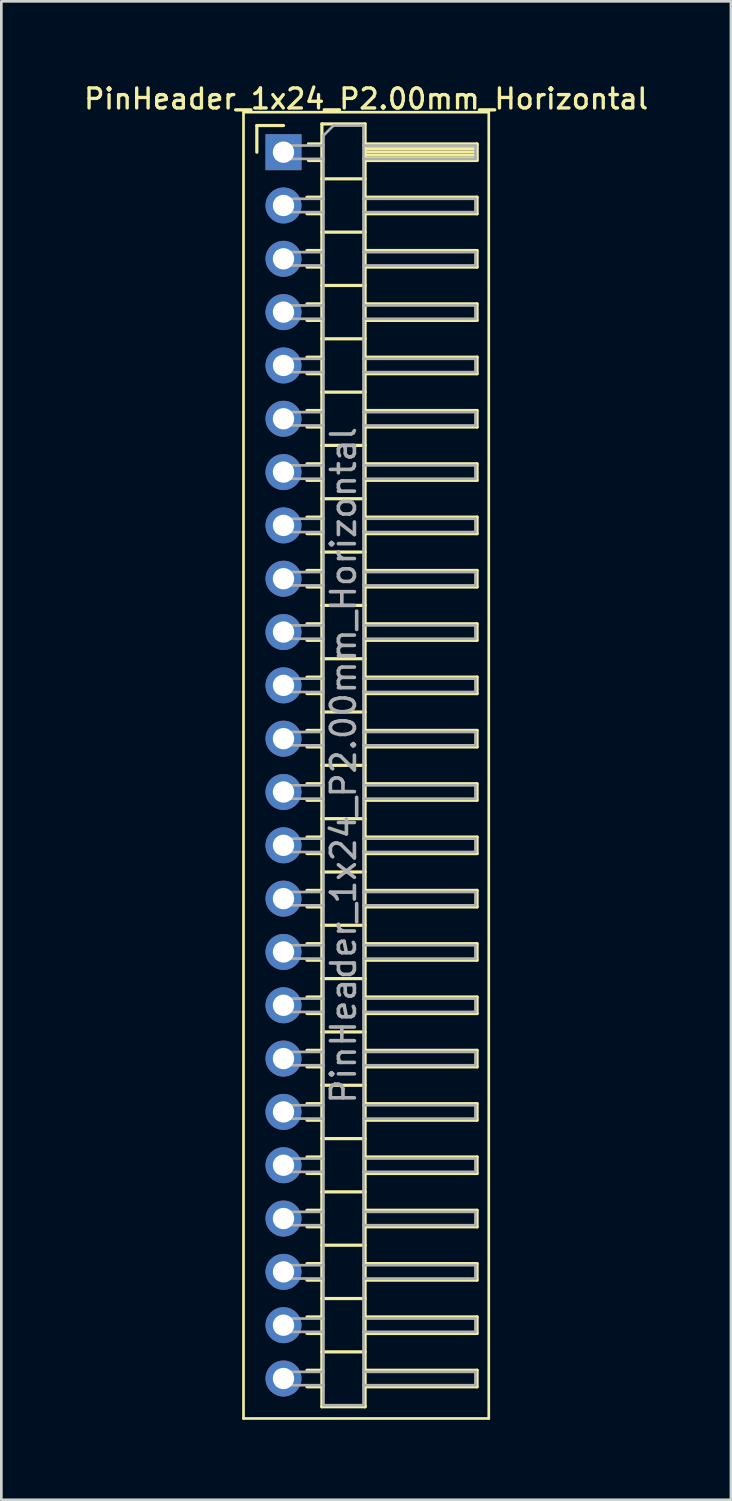
<source format=kicad_pcb>
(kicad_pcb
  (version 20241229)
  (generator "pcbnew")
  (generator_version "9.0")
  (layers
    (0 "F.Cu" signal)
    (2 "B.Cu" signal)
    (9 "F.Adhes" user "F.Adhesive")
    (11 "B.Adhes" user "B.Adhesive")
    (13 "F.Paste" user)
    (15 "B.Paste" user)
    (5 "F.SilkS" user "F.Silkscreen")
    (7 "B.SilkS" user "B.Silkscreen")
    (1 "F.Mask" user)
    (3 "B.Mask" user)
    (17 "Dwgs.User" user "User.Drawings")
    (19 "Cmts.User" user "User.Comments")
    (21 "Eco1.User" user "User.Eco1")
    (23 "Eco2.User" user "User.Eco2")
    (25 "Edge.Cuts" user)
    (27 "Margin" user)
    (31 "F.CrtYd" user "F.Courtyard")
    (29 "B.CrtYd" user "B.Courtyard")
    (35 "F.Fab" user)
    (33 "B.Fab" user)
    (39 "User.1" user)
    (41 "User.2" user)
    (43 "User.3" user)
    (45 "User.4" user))
  (footprint "PinHeader_1x24_P2.00mm_Horizontal"
    (layer "F.Cu")
    (at 7.584 2.658)
    (property "Reference" "PinHeader_1x24_P2.00mm_Horizontal" (at 3.1 -2 0) (layer "F.SilkS") (effects (font (size 0.75 0.75) (thickness 0.125))))
    (attr through_hole)
    (fp_line (start -1.5 -1.5) (end -1.5 47.5) (stroke (width 0.1) (type solid)) (layer "F.SilkS"))
    (fp_line (start -1.5 47.5) (end 7.7 47.5) (stroke (width 0.1) (type solid)) (layer "F.SilkS"))
    (fp_line (start -1 -1) (end 0 -1) (stroke (width 0.12) (type solid)) (layer "F.SilkS"))
    (fp_line (start -1 0) (end -1 -1) (stroke (width 0.12) (type solid)) (layer "F.SilkS"))
    (fp_line (start 0.882 1.69) (end 1.44 1.69) (stroke (width 0.12) (type solid)) (layer "F.SilkS"))
    (fp_line (start 0.882 2.31) (end 1.44 2.31) (stroke (width 0.12) (type solid)) (layer "F.SilkS"))
    (fp_line (start 0.882 3.69) (end 1.44 3.69) (stroke (width 0.12) (type solid)) (layer "F.SilkS"))
    (fp_line (start 0.882 4.31) (end 1.44 4.31) (stroke (width 0.12) (type solid)) (layer "F.SilkS"))
    (fp_line (start 0.882 5.69) (end 1.44 5.69) (stroke (width 0.12) (type solid)) (layer "F.SilkS"))
    (fp_line (start 0.882 6.31) (end 1.44 6.31) (stroke (width 0.12) (type solid)) (layer "F.SilkS"))
    (fp_line (start 0.882 7.69) (end 1.44 7.69) (stroke (width 0.12) (type solid)) (layer "F.SilkS"))
    (fp_line (start 0.882 8.31) (end 1.44 8.31) (stroke (width 0.12) (type solid)) (layer "F.SilkS"))
    (fp_line (start 0.882 9.69) (end 1.44 9.69) (stroke (width 0.12) (type solid)) (layer "F.SilkS"))
    (fp_line (start 0.882 10.31) (end 1.44 10.31) (stroke (width 0.12) (type solid)) (layer "F.SilkS"))
    (fp_line (start 0.882 11.69) (end 1.44 11.69) (stroke (width 0.12) (type solid)) (layer "F.SilkS"))
    (fp_line (start 0.882 12.31) (end 1.44 12.31) (stroke (width 0.12) (type solid)) (layer "F.SilkS"))
    (fp_line (start 0.882 13.69) (end 1.44 13.69) (stroke (width 0.12) (type solid)) (layer "F.SilkS"))
    (fp_line (start 0.882 14.31) (end 1.44 14.31) (stroke (width 0.12) (type solid)) (layer "F.SilkS"))
    (fp_line (start 0.882 15.69) (end 1.44 15.69) (stroke (width 0.12) (type solid)) (layer "F.SilkS"))
    (fp_line (start 0.882 16.31) (end 1.44 16.31) (stroke (width 0.12) (type solid)) (layer "F.SilkS"))
    (fp_line (start 0.882 17.69) (end 1.44 17.69) (stroke (width 0.12) (type solid)) (layer "F.SilkS"))
    (fp_line (start 0.882 18.31) (end 1.44 18.31) (stroke (width 0.12) (type solid)) (layer "F.SilkS"))
    (fp_line (start 0.882 19.69) (end 1.44 19.69) (stroke (width 0.12) (type solid)) (layer "F.SilkS"))
    (fp_line (start 0.882 20.31) (end 1.44 20.31) (stroke (width 0.12) (type solid)) (layer "F.SilkS"))
    (fp_line (start 0.882 21.69) (end 1.44 21.69) (stroke (width 0.12) (type solid)) (layer "F.SilkS"))
    (fp_line (start 0.882 22.31) (end 1.44 22.31) (stroke (width 0.12) (type solid)) (layer "F.SilkS"))
    (fp_line (start 0.882 23.69) (end 1.44 23.69) (stroke (width 0.12) (type solid)) (layer "F.SilkS"))
    (fp_line (start 0.882 24.31) (end 1.44 24.31) (stroke (width 0.12) (type solid)) (layer "F.SilkS"))
    (fp_line (start 0.882 25.69) (end 1.44 25.69) (stroke (width 0.12) (type solid)) (layer "F.SilkS"))
    (fp_line (start 0.882 26.31) (end 1.44 26.31) (stroke (width 0.12) (type solid)) (layer "F.SilkS"))
    (fp_line (start 0.882 27.69) (end 1.44 27.69) (stroke (width 0.12) (type solid)) (layer "F.SilkS"))
    (fp_line (start 0.882 28.31) (end 1.44 28.31) (stroke (width 0.12) (type solid)) (layer "F.SilkS"))
    (fp_line (start 0.882 29.69) (end 1.44 29.69) (stroke (width 0.12) (type solid)) (layer "F.SilkS"))
    (fp_line (start 0.882 30.31) (end 1.44 30.31) (stroke (width 0.12) (type solid)) (layer "F.SilkS"))
    (fp_line (start 0.882 31.69) (end 1.44 31.69) (stroke (width 0.12) (type solid)) (layer "F.SilkS"))
    (fp_line (start 0.882 32.31) (end 1.44 32.31) (stroke (width 0.12) (type solid)) (layer "F.SilkS"))
    (fp_line (start 0.882 33.69) (end 1.44 33.69) (stroke (width 0.12) (type solid)) (layer "F.SilkS"))
    (fp_line (start 0.882 34.31) (end 1.44 34.31) (stroke (width 0.12) (type solid)) (layer "F.SilkS"))
    (fp_line (start 0.882 35.69) (end 1.44 35.69) (stroke (width 0.12) (type solid)) (layer "F.SilkS"))
    (fp_line (start 0.882 36.31) (end 1.44 36.31) (stroke (width 0.12) (type solid)) (layer "F.SilkS"))
    (fp_line (start 0.882 37.69) (end 1.44 37.69) (stroke (width 0.12) (type solid)) (layer "F.SilkS"))
    (fp_line (start 0.882 38.31) (end 1.44 38.31) (stroke (width 0.12) (type solid)) (layer "F.SilkS"))
    (fp_line (start 0.882 39.69) (end 1.44 39.69) (stroke (width 0.12) (type solid)) (layer "F.SilkS"))
    (fp_line (start 0.882 40.31) (end 1.44 40.31) (stroke (width 0.12) (type solid)) (layer "F.SilkS"))
    (fp_line (start 0.882 41.69) (end 1.44 41.69) (stroke (width 0.12) (type solid)) (layer "F.SilkS"))
    (fp_line (start 0.882 42.31) (end 1.44 42.31) (stroke (width 0.12) (type solid)) (layer "F.SilkS"))
    (fp_line (start 0.882 43.69) (end 1.44 43.69) (stroke (width 0.12) (type solid)) (layer "F.SilkS"))
    (fp_line (start 0.882 44.31) (end 1.44 44.31) (stroke (width 0.12) (type solid)) (layer "F.SilkS"))
    (fp_line (start 0.882 45.69) (end 1.44 45.69) (stroke (width 0.12) (type solid)) (layer "F.SilkS"))
    (fp_line (start 0.882 46.31) (end 1.44 46.31) (stroke (width 0.12) (type solid)) (layer "F.SilkS"))
    (fp_line (start 0.935 -0.31) (end 1.44 -0.31) (stroke (width 0.12) (type solid)) (layer "F.SilkS"))
    (fp_line (start 0.935 0.31) (end 1.44 0.31) (stroke (width 0.12) (type solid)) (layer "F.SilkS"))
    (fp_line (start 1.44 -1.06) (end 1.44 47.06) (stroke (width 0.12) (type solid)) (layer "F.SilkS"))
    (fp_line (start 1.44 1) (end 3.06 1) (stroke (width 0.12) (type solid)) (layer "F.SilkS"))
    (fp_line (start 1.44 3) (end 3.06 3) (stroke (width 0.12) (type solid)) (layer "F.SilkS"))
    (fp_line (start 1.44 5) (end 3.06 5) (stroke (width 0.12) (type solid)) (layer "F.SilkS"))
    (fp_line (start 1.44 7) (end 3.06 7) (stroke (width 0.12) (type solid)) (layer "F.SilkS"))
    (fp_line (start 1.44 9) (end 3.06 9) (stroke (width 0.12) (type solid)) (layer "F.SilkS"))
    (fp_line (start 1.44 11) (end 3.06 11) (stroke (width 0.12) (type solid)) (layer "F.SilkS"))
    (fp_line (start 1.44 13) (end 3.06 13) (stroke (width 0.12) (type solid)) (layer "F.SilkS"))
    (fp_line (start 1.44 15) (end 3.06 15) (stroke (width 0.12) (type solid)) (layer "F.SilkS"))
    (fp_line (start 1.44 17) (end 3.06 17) (stroke (width 0.12) (type solid)) (layer "F.SilkS"))
    (fp_line (start 1.44 19) (end 3.06 19) (stroke (width 0.12) (type solid)) (layer "F.SilkS"))
    (fp_line (start 1.44 21) (end 3.06 21) (stroke (width 0.12) (type solid)) (layer "F.SilkS"))
    (fp_line (start 1.44 23) (end 3.06 23) (stroke (width 0.12) (type solid)) (layer "F.SilkS"))
    (fp_line (start 1.44 25) (end 3.06 25) (stroke (width 0.12) (type solid)) (layer "F.SilkS"))
    (fp_line (start 1.44 27) (end 3.06 27) (stroke (width 0.12) (type solid)) (layer "F.SilkS"))
    (fp_line (start 1.44 29) (end 3.06 29) (stroke (width 0.12) (type solid)) (layer "F.SilkS"))
    (fp_line (start 1.44 31) (end 3.06 31) (stroke (width 0.12) (type solid)) (layer "F.SilkS"))
    (fp_line (start 1.44 33) (end 3.06 33) (stroke (width 0.12) (type solid)) (layer "F.SilkS"))
    (fp_line (start 1.44 35) (end 3.06 35) (stroke (width 0.12) (type solid)) (layer "F.SilkS"))
    (fp_line (start 1.44 37) (end 3.06 37) (stroke (width 0.12) (type solid)) (layer "F.SilkS"))
    (fp_line (start 1.44 39) (end 3.06 39) (stroke (width 0.12) (type solid)) (layer "F.SilkS"))
    (fp_line (start 1.44 41) (end 3.06 41) (stroke (width 0.12) (type solid)) (layer "F.SilkS"))
    (fp_line (start 1.44 43) (end 3.06 43) (stroke (width 0.12) (type solid)) (layer "F.SilkS"))
    (fp_line (start 1.44 45) (end 3.06 45) (stroke (width 0.12) (type solid)) (layer "F.SilkS"))
    (fp_line (start 1.44 47.06) (end 3.06 47.06) (stroke (width 0.12) (type solid)) (layer "F.SilkS"))
    (fp_line (start 3.06 -1.06) (end 1.44 -1.06) (stroke (width 0.12) (type solid)) (layer "F.SilkS"))
    (fp_line (start 3.06 -0.31) (end 7.26 -0.31) (stroke (width 0.12) (type solid)) (layer "F.SilkS"))
    (fp_line (start 3.06 -0.25) (end 7.26 -0.25) (stroke (width 0.12) (type solid)) (layer "F.SilkS"))
    (fp_line (start 3.06 -0.13) (end 7.26 -0.13) (stroke (width 0.12) (type solid)) (layer "F.SilkS"))
    (fp_line (start 3.06 -0.01) (end 7.26 -0.01) (stroke (width 0.12) (type solid)) (layer "F.SilkS"))
    (fp_line (start 3.06 0.11) (end 7.26 0.11) (stroke (width 0.12) (type solid)) (layer "F.SilkS"))
    (fp_line (start 3.06 0.23) (end 7.26 0.23) (stroke (width 0.12) (type solid)) (layer "F.SilkS"))
    (fp_line (start 3.06 1.69) (end 7.26 1.69) (stroke (width 0.12) (type solid)) (layer "F.SilkS"))
    (fp_line (start 3.06 3.69) (end 7.26 3.69) (stroke (width 0.12) (type solid)) (layer "F.SilkS"))
    (fp_line (start 3.06 5.69) (end 7.26 5.69) (stroke (width 0.12) (type solid)) (layer "F.SilkS"))
    (fp_line (start 3.06 7.69) (end 7.26 7.69) (stroke (width 0.12) (type solid)) (layer "F.SilkS"))
    (fp_line (start 3.06 9.69) (end 7.26 9.69) (stroke (width 0.12) (type solid)) (layer "F.SilkS"))
    (fp_line (start 3.06 11.69) (end 7.26 11.69) (stroke (width 0.12) (type solid)) (layer "F.SilkS"))
    (fp_line (start 3.06 13.69) (end 7.26 13.69) (stroke (width 0.12) (type solid)) (layer "F.SilkS"))
    (fp_line (start 3.06 15.69) (end 7.26 15.69) (stroke (width 0.12) (type solid)) (layer "F.SilkS"))
    (fp_line (start 3.06 17.69) (end 7.26 17.69) (stroke (width 0.12) (type solid)) (layer "F.SilkS"))
    (fp_line (start 3.06 19.69) (end 7.26 19.69) (stroke (width 0.12) (type solid)) (layer "F.SilkS"))
    (fp_line (start 3.06 21.69) (end 7.26 21.69) (stroke (width 0.12) (type solid)) (layer "F.SilkS"))
    (fp_line (start 3.06 23.69) (end 7.26 23.69) (stroke (width 0.12) (type solid)) (layer "F.SilkS"))
    (fp_line (start 3.06 25.69) (end 7.26 25.69) (stroke (width 0.12) (type solid)) (layer "F.SilkS"))
    (fp_line (start 3.06 27.69) (end 7.26 27.69) (stroke (width 0.12) (type solid)) (layer "F.SilkS"))
    (fp_line (start 3.06 29.69) (end 7.26 29.69) (stroke (width 0.12) (type solid)) (layer "F.SilkS"))
    (fp_line (start 3.06 31.69) (end 7.26 31.69) (stroke (width 0.12) (type solid)) (layer "F.SilkS"))
    (fp_line (start 3.06 33.69) (end 7.26 33.69) (stroke (width 0.12) (type solid)) (layer "F.SilkS"))
    (fp_line (start 3.06 35.69) (end 7.26 35.69) (stroke (width 0.12) (type solid)) (layer "F.SilkS"))
    (fp_line (start 3.06 37.69) (end 7.26 37.69) (stroke (width 0.12) (type solid)) (layer "F.SilkS"))
    (fp_line (start 3.06 39.69) (end 7.26 39.69) (stroke (width 0.12) (type solid)) (layer "F.SilkS"))
    (fp_line (start 3.06 41.69) (end 7.26 41.69) (stroke (width 0.12) (type solid)) (layer "F.SilkS"))
    (fp_line (start 3.06 43.69) (end 7.26 43.69) (stroke (width 0.12) (type solid)) (layer "F.SilkS"))
    (fp_line (start 3.06 45.69) (end 7.26 45.69) (stroke (width 0.12) (type solid)) (layer "F.SilkS"))
    (fp_line (start 3.06 47.06) (end 3.06 -1.06) (stroke (width 0.12) (type solid)) (layer "F.SilkS"))
    (fp_line (start 7.26 -0.31) (end 7.26 0.31) (stroke (width 0.12) (type solid)) (layer "F.SilkS"))
    (fp_line (start 7.26 0.31) (end 3.06 0.31) (stroke (width 0.12) (type solid)) (layer "F.SilkS"))
    (fp_line (start 7.26 1.69) (end 7.26 2.31) (stroke (width 0.12) (type solid)) (layer "F.SilkS"))
    (fp_line (start 7.26 2.31) (end 3.06 2.31) (stroke (width 0.12) (type solid)) (layer "F.SilkS"))
    (fp_line (start 7.26 3.69) (end 7.26 4.31) (stroke (width 0.12) (type solid)) (layer "F.SilkS"))
    (fp_line (start 7.26 4.31) (end 3.06 4.31) (stroke (width 0.12) (type solid)) (layer "F.SilkS"))
    (fp_line (start 7.26 5.69) (end 7.26 6.31) (stroke (width 0.12) (type solid)) (layer "F.SilkS"))
    (fp_line (start 7.26 6.31) (end 3.06 6.31) (stroke (width 0.12) (type solid)) (layer "F.SilkS"))
    (fp_line (start 7.26 7.69) (end 7.26 8.31) (stroke (width 0.12) (type solid)) (layer "F.SilkS"))
    (fp_line (start 7.26 8.31) (end 3.06 8.31) (stroke (width 0.12) (type solid)) (layer "F.SilkS"))
    (fp_line (start 7.26 9.69) (end 7.26 10.31) (stroke (width 0.12) (type solid)) (layer "F.SilkS"))
    (fp_line (start 7.26 10.31) (end 3.06 10.31) (stroke (width 0.12) (type solid)) (layer "F.SilkS"))
    (fp_line (start 7.26 11.69) (end 7.26 12.31) (stroke (width 0.12) (type solid)) (layer "F.SilkS"))
    (fp_line (start 7.26 12.31) (end 3.06 12.31) (stroke (width 0.12) (type solid)) (layer "F.SilkS"))
    (fp_line (start 7.26 13.69) (end 7.26 14.31) (stroke (width 0.12) (type solid)) (layer "F.SilkS"))
    (fp_line (start 7.26 14.31) (end 3.06 14.31) (stroke (width 0.12) (type solid)) (layer "F.SilkS"))
    (fp_line (start 7.26 15.69) (end 7.26 16.31) (stroke (width 0.12) (type solid)) (layer "F.SilkS"))
    (fp_line (start 7.26 16.31) (end 3.06 16.31) (stroke (width 0.12) (type solid)) (layer "F.SilkS"))
    (fp_line (start 7.26 17.69) (end 7.26 18.31) (stroke (width 0.12) (type solid)) (layer "F.SilkS"))
    (fp_line (start 7.26 18.31) (end 3.06 18.31) (stroke (width 0.12) (type solid)) (layer "F.SilkS"))
    (fp_line (start 7.26 19.69) (end 7.26 20.31) (stroke (width 0.12) (type solid)) (layer "F.SilkS"))
    (fp_line (start 7.26 20.31) (end 3.06 20.31) (stroke (width 0.12) (type solid)) (layer "F.SilkS"))
    (fp_line (start 7.26 21.69) (end 7.26 22.31) (stroke (width 0.12) (type solid)) (layer "F.SilkS"))
    (fp_line (start 7.26 22.31) (end 3.06 22.31) (stroke (width 0.12) (type solid)) (layer "F.SilkS"))
    (fp_line (start 7.26 23.69) (end 7.26 24.31) (stroke (width 0.12) (type solid)) (layer "F.SilkS"))
    (fp_line (start 7.26 24.31) (end 3.06 24.31) (stroke (width 0.12) (type solid)) (layer "F.SilkS"))
    (fp_line (start 7.26 25.69) (end 7.26 26.31) (stroke (width 0.12) (type solid)) (layer "F.SilkS"))
    (fp_line (start 7.26 26.31) (end 3.06 26.31) (stroke (width 0.12) (type solid)) (layer "F.SilkS"))
    (fp_line (start 7.26 27.69) (end 7.26 28.31) (stroke (width 0.12) (type solid)) (layer "F.SilkS"))
    (fp_line (start 7.26 28.31) (end 3.06 28.31) (stroke (width 0.12) (type solid)) (layer "F.SilkS"))
    (fp_line (start 7.26 29.69) (end 7.26 30.31) (stroke (width 0.12) (type solid)) (layer "F.SilkS"))
    (fp_line (start 7.26 30.31) (end 3.06 30.31) (stroke (width 0.12) (type solid)) (layer "F.SilkS"))
    (fp_line (start 7.26 31.69) (end 7.26 32.31) (stroke (width 0.12) (type solid)) (layer "F.SilkS"))
    (fp_line (start 7.26 32.31) (end 3.06 32.31) (stroke (width 0.12) (type solid)) (layer "F.SilkS"))
    (fp_line (start 7.26 33.69) (end 7.26 34.31) (stroke (width 0.12) (type solid)) (layer "F.SilkS"))
    (fp_line (start 7.26 34.31) (end 3.06 34.31) (stroke (width 0.12) (type solid)) (layer "F.SilkS"))
    (fp_line (start 7.26 35.69) (end 7.26 36.31) (stroke (width 0.12) (type solid)) (layer "F.SilkS"))
    (fp_line (start 7.26 36.31) (end 3.06 36.31) (stroke (width 0.12) (type solid)) (layer "F.SilkS"))
    (fp_line (start 7.26 37.69) (end 7.26 38.31) (stroke (width 0.12) (type solid)) (layer "F.SilkS"))
    (fp_line (start 7.26 38.31) (end 3.06 38.31) (stroke (width 0.12) (type solid)) (layer "F.SilkS"))
    (fp_line (start 7.26 39.69) (end 7.26 40.31) (stroke (width 0.12) (type solid)) (layer "F.SilkS"))
    (fp_line (start 7.26 40.31) (end 3.06 40.31) (stroke (width 0.12) (type solid)) (layer "F.SilkS"))
    (fp_line (start 7.26 41.69) (end 7.26 42.31) (stroke (width 0.12) (type solid)) (layer "F.SilkS"))
    (fp_line (start 7.26 42.31) (end 3.06 42.31) (stroke (width 0.12) (type solid)) (layer "F.SilkS"))
    (fp_line (start 7.26 43.69) (end 7.26 44.31) (stroke (width 0.12) (type solid)) (layer "F.SilkS"))
    (fp_line (start 7.26 44.31) (end 3.06 44.31) (stroke (width 0.12) (type solid)) (layer "F.SilkS"))
    (fp_line (start 7.26 45.69) (end 7.26 46.31) (stroke (width 0.12) (type solid)) (layer "F.SilkS"))
    (fp_line (start 7.26 46.31) (end 3.06 46.31) (stroke (width 0.12) (type solid)) (layer "F.SilkS"))
    (fp_line (start 7.7 -1.5) (end -1.5 -1.5) (stroke (width 0.1) (type solid)) (layer "F.SilkS"))
    (fp_line (start 7.7 47.5) (end 7.7 -1.5) (stroke (width 0.1) (type solid)) (layer "F.SilkS"))
    (fp_line (start -0.25 -0.25) (end -0.25 0.25) (stroke (width 0.1) (type solid)) (layer "F.Fab"))
    (fp_line (start -0.25 -0.25) (end 1.5 -0.25) (stroke (width 0.1) (type solid)) (layer "F.Fab"))
    (fp_line (start -0.25 0.25) (end 1.5 0.25) (stroke (width 0.1) (type solid)) (layer "F.Fab"))
    (fp_line (start -0.25 1.75) (end -0.25 2.25) (stroke (width 0.1) (type solid)) (layer "F.Fab"))
    (fp_line (start -0.25 1.75) (end 1.5 1.75) (stroke (width 0.1) (type solid)) (layer "F.Fab"))
    (fp_line (start -0.25 2.25) (end 1.5 2.25) (stroke (width 0.1) (type solid)) (layer "F.Fab"))
    (fp_line (start -0.25 3.75) (end -0.25 4.25) (stroke (width 0.1) (type solid)) (layer "F.Fab"))
    (fp_line (start -0.25 3.75) (end 1.5 3.75) (stroke (width 0.1) (type solid)) (layer "F.Fab"))
    (fp_line (start -0.25 4.25) (end 1.5 4.25) (stroke (width 0.1) (type solid)) (layer "F.Fab"))
    (fp_line (start -0.25 5.75) (end -0.25 6.25) (stroke (width 0.1) (type solid)) (layer "F.Fab"))
    (fp_line (start -0.25 5.75) (end 1.5 5.75) (stroke (width 0.1) (type solid)) (layer "F.Fab"))
    (fp_line (start -0.25 6.25) (end 1.5 6.25) (stroke (width 0.1) (type solid)) (layer "F.Fab"))
    (fp_line (start -0.25 7.75) (end -0.25 8.25) (stroke (width 0.1) (type solid)) (layer "F.Fab"))
    (fp_line (start -0.25 7.75) (end 1.5 7.75) (stroke (width 0.1) (type solid)) (layer "F.Fab"))
    (fp_line (start -0.25 8.25) (end 1.5 8.25) (stroke (width 0.1) (type solid)) (layer "F.Fab"))
    (fp_line (start -0.25 9.75) (end -0.25 10.25) (stroke (width 0.1) (type solid)) (layer "F.Fab"))
    (fp_line (start -0.25 9.75) (end 1.5 9.75) (stroke (width 0.1) (type solid)) (layer "F.Fab"))
    (fp_line (start -0.25 10.25) (end 1.5 10.25) (stroke (width 0.1) (type solid)) (layer "F.Fab"))
    (fp_line (start -0.25 11.75) (end -0.25 12.25) (stroke (width 0.1) (type solid)) (layer "F.Fab"))
    (fp_line (start -0.25 11.75) (end 1.5 11.75) (stroke (width 0.1) (type solid)) (layer "F.Fab"))
    (fp_line (start -0.25 12.25) (end 1.5 12.25) (stroke (width 0.1) (type solid)) (layer "F.Fab"))
    (fp_line (start -0.25 13.75) (end -0.25 14.25) (stroke (width 0.1) (type solid)) (layer "F.Fab"))
    (fp_line (start -0.25 13.75) (end 1.5 13.75) (stroke (width 0.1) (type solid)) (layer "F.Fab"))
    (fp_line (start -0.25 14.25) (end 1.5 14.25) (stroke (width 0.1) (type solid)) (layer "F.Fab"))
    (fp_line (start -0.25 15.75) (end -0.25 16.25) (stroke (width 0.1) (type solid)) (layer "F.Fab"))
    (fp_line (start -0.25 15.75) (end 1.5 15.75) (stroke (width 0.1) (type solid)) (layer "F.Fab"))
    (fp_line (start -0.25 16.25) (end 1.5 16.25) (stroke (width 0.1) (type solid)) (layer "F.Fab"))
    (fp_line (start -0.25 17.75) (end -0.25 18.25) (stroke (width 0.1) (type solid)) (layer "F.Fab"))
    (fp_line (start -0.25 17.75) (end 1.5 17.75) (stroke (width 0.1) (type solid)) (layer "F.Fab"))
    (fp_line (start -0.25 18.25) (end 1.5 18.25) (stroke (width 0.1) (type solid)) (layer "F.Fab"))
    (fp_line (start -0.25 19.75) (end -0.25 20.25) (stroke (width 0.1) (type solid)) (layer "F.Fab"))
    (fp_line (start -0.25 19.75) (end 1.5 19.75) (stroke (width 0.1) (type solid)) (layer "F.Fab"))
    (fp_line (start -0.25 20.25) (end 1.5 20.25) (stroke (width 0.1) (type solid)) (layer "F.Fab"))
    (fp_line (start -0.25 21.75) (end -0.25 22.25) (stroke (width 0.1) (type solid)) (layer "F.Fab"))
    (fp_line (start -0.25 21.75) (end 1.5 21.75) (stroke (width 0.1) (type solid)) (layer "F.Fab"))
    (fp_line (start -0.25 22.25) (end 1.5 22.25) (stroke (width 0.1) (type solid)) (layer "F.Fab"))
    (fp_line (start -0.25 23.75) (end -0.25 24.25) (stroke (width 0.1) (type solid)) (layer "F.Fab"))
    (fp_line (start -0.25 23.75) (end 1.5 23.75) (stroke (width 0.1) (type solid)) (layer "F.Fab"))
    (fp_line (start -0.25 24.25) (end 1.5 24.25) (stroke (width 0.1) (type solid)) (layer "F.Fab"))
    (fp_line (start -0.25 25.75) (end -0.25 26.25) (stroke (width 0.1) (type solid)) (layer "F.Fab"))
    (fp_line (start -0.25 25.75) (end 1.5 25.75) (stroke (width 0.1) (type solid)) (layer "F.Fab"))
    (fp_line (start -0.25 26.25) (end 1.5 26.25) (stroke (width 0.1) (type solid)) (layer "F.Fab"))
    (fp_line (start -0.25 27.75) (end -0.25 28.25) (stroke (width 0.1) (type solid)) (layer "F.Fab"))
    (fp_line (start -0.25 27.75) (end 1.5 27.75) (stroke (width 0.1) (type solid)) (layer "F.Fab"))
    (fp_line (start -0.25 28.25) (end 1.5 28.25) (stroke (width 0.1) (type solid)) (layer "F.Fab"))
    (fp_line (start -0.25 29.75) (end -0.25 30.25) (stroke (width 0.1) (type solid)) (layer "F.Fab"))
    (fp_line (start -0.25 29.75) (end 1.5 29.75) (stroke (width 0.1) (type solid)) (layer "F.Fab"))
    (fp_line (start -0.25 30.25) (end 1.5 30.25) (stroke (width 0.1) (type solid)) (layer "F.Fab"))
    (fp_line (start -0.25 31.75) (end -0.25 32.25) (stroke (width 0.1) (type solid)) (layer "F.Fab"))
    (fp_line (start -0.25 31.75) (end 1.5 31.75) (stroke (width 0.1) (type solid)) (layer "F.Fab"))
    (fp_line (start -0.25 32.25) (end 1.5 32.25) (stroke (width 0.1) (type solid)) (layer "F.Fab"))
    (fp_line (start -0.25 33.75) (end -0.25 34.25) (stroke (width 0.1) (type solid)) (layer "F.Fab"))
    (fp_line (start -0.25 33.75) (end 1.5 33.75) (stroke (width 0.1) (type solid)) (layer "F.Fab"))
    (fp_line (start -0.25 34.25) (end 1.5 34.25) (stroke (width 0.1) (type solid)) (layer "F.Fab"))
    (fp_line (start -0.25 35.75) (end -0.25 36.25) (stroke (width 0.1) (type solid)) (layer "F.Fab"))
    (fp_line (start -0.25 35.75) (end 1.5 35.75) (stroke (width 0.1) (type solid)) (layer "F.Fab"))
    (fp_line (start -0.25 36.25) (end 1.5 36.25) (stroke (width 0.1) (type solid)) (layer "F.Fab"))
    (fp_line (start -0.25 37.75) (end -0.25 38.25) (stroke (width 0.1) (type solid)) (layer "F.Fab"))
    (fp_line (start -0.25 37.75) (end 1.5 37.75) (stroke (width 0.1) (type solid)) (layer "F.Fab"))
    (fp_line (start -0.25 38.25) (end 1.5 38.25) (stroke (width 0.1) (type solid)) (layer "F.Fab"))
    (fp_line (start -0.25 39.75) (end -0.25 40.25) (stroke (width 0.1) (type solid)) (layer "F.Fab"))
    (fp_line (start -0.25 39.75) (end 1.5 39.75) (stroke (width 0.1) (type solid)) (layer "F.Fab"))
    (fp_line (start -0.25 40.25) (end 1.5 40.25) (stroke (width 0.1) (type solid)) (layer "F.Fab"))
    (fp_line (start -0.25 41.75) (end -0.25 42.25) (stroke (width 0.1) (type solid)) (layer "F.Fab"))
    (fp_line (start -0.25 41.75) (end 1.5 41.75) (stroke (width 0.1) (type solid)) (layer "F.Fab"))
    (fp_line (start -0.25 42.25) (end 1.5 42.25) (stroke (width 0.1) (type solid)) (layer "F.Fab"))
    (fp_line (start -0.25 43.75) (end -0.25 44.25) (stroke (width 0.1) (type solid)) (layer "F.Fab"))
    (fp_line (start -0.25 43.75) (end 1.5 43.75) (stroke (width 0.1) (type solid)) (layer "F.Fab"))
    (fp_line (start -0.25 44.25) (end 1.5 44.25) (stroke (width 0.1) (type solid)) (layer "F.Fab"))
    (fp_line (start -0.25 45.75) (end -0.25 46.25) (stroke (width 0.1) (type solid)) (layer "F.Fab"))
    (fp_line (start -0.25 45.75) (end 1.5 45.75) (stroke (width 0.1) (type solid)) (layer "F.Fab"))
    (fp_line (start -0.25 46.25) (end 1.5 46.25) (stroke (width 0.1) (type solid)) (layer "F.Fab"))
    (fp_line (start 1.5 -0.625) (end 1.875 -1) (stroke (width 0.1) (type solid)) (layer "F.Fab"))
    (fp_line (start 1.5 47) (end 1.5 -0.625) (stroke (width 0.1) (type solid)) (layer "F.Fab"))
    (fp_line (start 1.875 -1) (end 3 -1) (stroke (width 0.1) (type solid)) (layer "F.Fab"))
    (fp_line (start 3 -1) (end 3 47) (stroke (width 0.1) (type solid)) (layer "F.Fab"))
    (fp_line (start 3 -0.25) (end 7.2 -0.25) (stroke (width 0.1) (type solid)) (layer "F.Fab"))
    (fp_line (start 3 0.25) (end 7.2 0.25) (stroke (width 0.1) (type solid)) (layer "F.Fab"))
    (fp_line (start 3 1.75) (end 7.2 1.75) (stroke (width 0.1) (type solid)) (layer "F.Fab"))
    (fp_line (start 3 2.25) (end 7.2 2.25) (stroke (width 0.1) (type solid)) (layer "F.Fab"))
    (fp_line (start 3 3.75) (end 7.2 3.75) (stroke (width 0.1) (type solid)) (layer "F.Fab"))
    (fp_line (start 3 4.25) (end 7.2 4.25) (stroke (width 0.1) (type solid)) (layer "F.Fab"))
    (fp_line (start 3 5.75) (end 7.2 5.75) (stroke (width 0.1) (type solid)) (layer "F.Fab"))
    (fp_line (start 3 6.25) (end 7.2 6.25) (stroke (width 0.1) (type solid)) (layer "F.Fab"))
    (fp_line (start 3 7.75) (end 7.2 7.75) (stroke (width 0.1) (type solid)) (layer "F.Fab"))
    (fp_line (start 3 8.25) (end 7.2 8.25) (stroke (width 0.1) (type solid)) (layer "F.Fab"))
    (fp_line (start 3 9.75) (end 7.2 9.75) (stroke (width 0.1) (type solid)) (layer "F.Fab"))
    (fp_line (start 3 10.25) (end 7.2 10.25) (stroke (width 0.1) (type solid)) (layer "F.Fab"))
    (fp_line (start 3 11.75) (end 7.2 11.75) (stroke (width 0.1) (type solid)) (layer "F.Fab"))
    (fp_line (start 3 12.25) (end 7.2 12.25) (stroke (width 0.1) (type solid)) (layer "F.Fab"))
    (fp_line (start 3 13.75) (end 7.2 13.75) (stroke (width 0.1) (type solid)) (layer "F.Fab"))
    (fp_line (start 3 14.25) (end 7.2 14.25) (stroke (width 0.1) (type solid)) (layer "F.Fab"))
    (fp_line (start 3 15.75) (end 7.2 15.75) (stroke (width 0.1) (type solid)) (layer "F.Fab"))
    (fp_line (start 3 16.25) (end 7.2 16.25) (stroke (width 0.1) (type solid)) (layer "F.Fab"))
    (fp_line (start 3 17.75) (end 7.2 17.75) (stroke (width 0.1) (type solid)) (layer "F.Fab"))
    (fp_line (start 3 18.25) (end 7.2 18.25) (stroke (width 0.1) (type solid)) (layer "F.Fab"))
    (fp_line (start 3 19.75) (end 7.2 19.75) (stroke (width 0.1) (type solid)) (layer "F.Fab"))
    (fp_line (start 3 20.25) (end 7.2 20.25) (stroke (width 0.1) (type solid)) (layer "F.Fab"))
    (fp_line (start 3 21.75) (end 7.2 21.75) (stroke (width 0.1) (type solid)) (layer "F.Fab"))
    (fp_line (start 3 22.25) (end 7.2 22.25) (stroke (width 0.1) (type solid)) (layer "F.Fab"))
    (fp_line (start 3 23.75) (end 7.2 23.75) (stroke (width 0.1) (type solid)) (layer "F.Fab"))
    (fp_line (start 3 24.25) (end 7.2 24.25) (stroke (width 0.1) (type solid)) (layer "F.Fab"))
    (fp_line (start 3 25.75) (end 7.2 25.75) (stroke (width 0.1) (type solid)) (layer "F.Fab"))
    (fp_line (start 3 26.25) (end 7.2 26.25) (stroke (width 0.1) (type solid)) (layer "F.Fab"))
    (fp_line (start 3 27.75) (end 7.2 27.75) (stroke (width 0.1) (type solid)) (layer "F.Fab"))
    (fp_line (start 3 28.25) (end 7.2 28.25) (stroke (width 0.1) (type solid)) (layer "F.Fab"))
    (fp_line (start 3 29.75) (end 7.2 29.75) (stroke (width 0.1) (type solid)) (layer "F.Fab"))
    (fp_line (start 3 30.25) (end 7.2 30.25) (stroke (width 0.1) (type solid)) (layer "F.Fab"))
    (fp_line (start 3 31.75) (end 7.2 31.75) (stroke (width 0.1) (type solid)) (layer "F.Fab"))
    (fp_line (start 3 32.25) (end 7.2 32.25) (stroke (width 0.1) (type solid)) (layer "F.Fab"))
    (fp_line (start 3 33.75) (end 7.2 33.75) (stroke (width 0.1) (type solid)) (layer "F.Fab"))
    (fp_line (start 3 34.25) (end 7.2 34.25) (stroke (width 0.1) (type solid)) (layer "F.Fab"))
    (fp_line (start 3 35.75) (end 7.2 35.75) (stroke (width 0.1) (type solid)) (layer "F.Fab"))
    (fp_line (start 3 36.25) (end 7.2 36.25) (stroke (width 0.1) (type solid)) (layer "F.Fab"))
    (fp_line (start 3 37.75) (end 7.2 37.75) (stroke (width 0.1) (type solid)) (layer "F.Fab"))
    (fp_line (start 3 38.25) (end 7.2 38.25) (stroke (width 0.1) (type solid)) (layer "F.Fab"))
    (fp_line (start 3 39.75) (end 7.2 39.75) (stroke (width 0.1) (type solid)) (layer "F.Fab"))
    (fp_line (start 3 40.25) (end 7.2 40.25) (stroke (width 0.1) (type solid)) (layer "F.Fab"))
    (fp_line (start 3 41.75) (end 7.2 41.75) (stroke (width 0.1) (type solid)) (layer "F.Fab"))
    (fp_line (start 3 42.25) (end 7.2 42.25) (stroke (width 0.1) (type solid)) (layer "F.Fab"))
    (fp_line (start 3 43.75) (end 7.2 43.75) (stroke (width 0.1) (type solid)) (layer "F.Fab"))
    (fp_line (start 3 44.25) (end 7.2 44.25) (stroke (width 0.1) (type solid)) (layer "F.Fab"))
    (fp_line (start 3 45.75) (end 7.2 45.75) (stroke (width 0.1) (type solid)) (layer "F.Fab"))
    (fp_line (start 3 46.25) (end 7.2 46.25) (stroke (width 0.1) (type solid)) (layer "F.Fab"))
    (fp_line (start 3 47) (end 1.5 47) (stroke (width 0.1) (type solid)) (layer "F.Fab"))
    (fp_line (start 7.2 -0.25) (end 7.2 0.25) (stroke (width 0.1) (type solid)) (layer "F.Fab"))
    (fp_line (start 7.2 1.75) (end 7.2 2.25) (stroke (width 0.1) (type solid)) (layer "F.Fab"))
    (fp_line (start 7.2 3.75) (end 7.2 4.25) (stroke (width 0.1) (type solid)) (layer "F.Fab"))
    (fp_line (start 7.2 5.75) (end 7.2 6.25) (stroke (width 0.1) (type solid)) (layer "F.Fab"))
    (fp_line (start 7.2 7.75) (end 7.2 8.25) (stroke (width 0.1) (type solid)) (layer "F.Fab"))
    (fp_line (start 7.2 9.75) (end 7.2 10.25) (stroke (width 0.1) (type solid)) (layer "F.Fab"))
    (fp_line (start 7.2 11.75) (end 7.2 12.25) (stroke (width 0.1) (type solid)) (layer "F.Fab"))
    (fp_line (start 7.2 13.75) (end 7.2 14.25) (stroke (width 0.1) (type solid)) (layer "F.Fab"))
    (fp_line (start 7.2 15.75) (end 7.2 16.25) (stroke (width 0.1) (type solid)) (layer "F.Fab"))
    (fp_line (start 7.2 17.75) (end 7.2 18.25) (stroke (width 0.1) (type solid)) (layer "F.Fab"))
    (fp_line (start 7.2 19.75) (end 7.2 20.25) (stroke (width 0.1) (type solid)) (layer "F.Fab"))
    (fp_line (start 7.2 21.75) (end 7.2 22.25) (stroke (width 0.1) (type solid)) (layer "F.Fab"))
    (fp_line (start 7.2 23.75) (end 7.2 24.25) (stroke (width 0.1) (type solid)) (layer "F.Fab"))
    (fp_line (start 7.2 25.75) (end 7.2 26.25) (stroke (width 0.1) (type solid)) (layer "F.Fab"))
    (fp_line (start 7.2 27.75) (end 7.2 28.25) (stroke (width 0.1) (type solid)) (layer "F.Fab"))
    (fp_line (start 7.2 29.75) (end 7.2 30.25) (stroke (width 0.1) (type solid)) (layer "F.Fab"))
    (fp_line (start 7.2 31.75) (end 7.2 32.25) (stroke (width 0.1) (type solid)) (layer "F.Fab"))
    (fp_line (start 7.2 33.75) (end 7.2 34.25) (stroke (width 0.1) (type solid)) (layer "F.Fab"))
    (fp_line (start 7.2 35.75) (end 7.2 36.25) (stroke (width 0.1) (type solid)) (layer "F.Fab"))
    (fp_line (start 7.2 37.75) (end 7.2 38.25) (stroke (width 0.1) (type solid)) (layer "F.Fab"))
    (fp_line (start 7.2 39.75) (end 7.2 40.25) (stroke (width 0.1) (type solid)) (layer "F.Fab"))
    (fp_line (start 7.2 41.75) (end 7.2 42.25) (stroke (width 0.1) (type solid)) (layer "F.Fab"))
    (fp_line (start 7.2 43.75) (end 7.2 44.25) (stroke (width 0.1) (type solid)) (layer "F.Fab"))
    (fp_line (start 7.2 45.75) (end 7.2 46.25) (stroke (width 0.1) (type solid)) (layer "F.Fab"))
    (fp_text user "${REFERENCE}" (at 2.25 23 90) (layer "F.Fab") (effects (font (size 0.9 0.9) (thickness 0.135))))
    (pad "1" thru_hole rect (at 0 0) (size 1.35 1.35) (drill 0.8) (layers "*.Cu" "*.Mask"))
    (pad "2" thru_hole oval (at 0 2) (size 1.35 1.35) (drill 0.8) (layers "*.Cu" "*.Mask"))
    (pad "3" thru_hole oval (at 0 4) (size 1.35 1.35) (drill 0.8) (layers "*.Cu" "*.Mask"))
    (pad "4" thru_hole oval (at 0 6) (size 1.35 1.35) (drill 0.8) (layers "*.Cu" "*.Mask"))
    (pad "5" thru_hole oval (at 0 8) (size 1.35 1.35) (drill 0.8) (layers "*.Cu" "*.Mask"))
    (pad "6" thru_hole oval (at 0 10) (size 1.35 1.35) (drill 0.8) (layers "*.Cu" "*.Mask"))
    (pad "7" thru_hole oval (at 0 12) (size 1.35 1.35) (drill 0.8) (layers "*.Cu" "*.Mask"))
    (pad "8" thru_hole oval (at 0 14) (size 1.35 1.35) (drill 0.8) (layers "*.Cu" "*.Mask"))
    (pad "9" thru_hole oval (at 0 16) (size 1.35 1.35) (drill 0.8) (layers "*.Cu" "*.Mask"))
    (pad "10" thru_hole oval (at 0 18) (size 1.35 1.35) (drill 0.8) (layers "*.Cu" "*.Mask"))
    (pad "11" thru_hole oval (at 0 20) (size 1.35 1.35) (drill 0.8) (layers "*.Cu" "*.Mask"))
    (pad "12" thru_hole oval (at 0 22) (size 1.35 1.35) (drill 0.8) (layers "*.Cu" "*.Mask"))
    (pad "13" thru_hole oval (at 0 24) (size 1.35 1.35) (drill 0.8) (layers "*.Cu" "*.Mask"))
    (pad "14" thru_hole oval (at 0 26) (size 1.35 1.35) (drill 0.8) (layers "*.Cu" "*.Mask"))
    (pad "15" thru_hole oval (at 0 28) (size 1.35 1.35) (drill 0.8) (layers "*.Cu" "*.Mask"))
    (pad "16" thru_hole oval (at 0 30) (size 1.35 1.35) (drill 0.8) (layers "*.Cu" "*.Mask"))
    (pad "17" thru_hole oval (at 0 32) (size 1.35 1.35) (drill 0.8) (layers "*.Cu" "*.Mask"))
    (pad "18" thru_hole oval (at 0 34) (size 1.35 1.35) (drill 0.8) (layers "*.Cu" "*.Mask"))
    (pad "19" thru_hole oval (at 0 36) (size 1.35 1.35) (drill 0.8) (layers "*.Cu" "*.Mask"))
    (pad "20" thru_hole oval (at 0 38) (size 1.35 1.35) (drill 0.8) (layers "*.Cu" "*.Mask"))
    (pad "21" thru_hole oval (at 0 40) (size 1.35 1.35) (drill 0.8) (layers "*.Cu" "*.Mask"))
    (pad "22" thru_hole oval (at 0 42) (size 1.35 1.35) (drill 0.8) (layers "*.Cu" "*.Mask"))
    (pad "23" thru_hole oval (at 0 44) (size 1.35 1.35) (drill 0.8) (layers "*.Cu" "*.Mask"))
    (pad "24" thru_hole oval (at 0 46) (size 1.35 1.35) (drill 0.8) (layers "*.Cu" "*.Mask")))
  (gr_rect
    (start -3 -3)
    (end 24.368 53.208)
    (stroke (width 0.1) (type default))
    (fill no)
    (layer "Edge.Cuts")))
</source>
